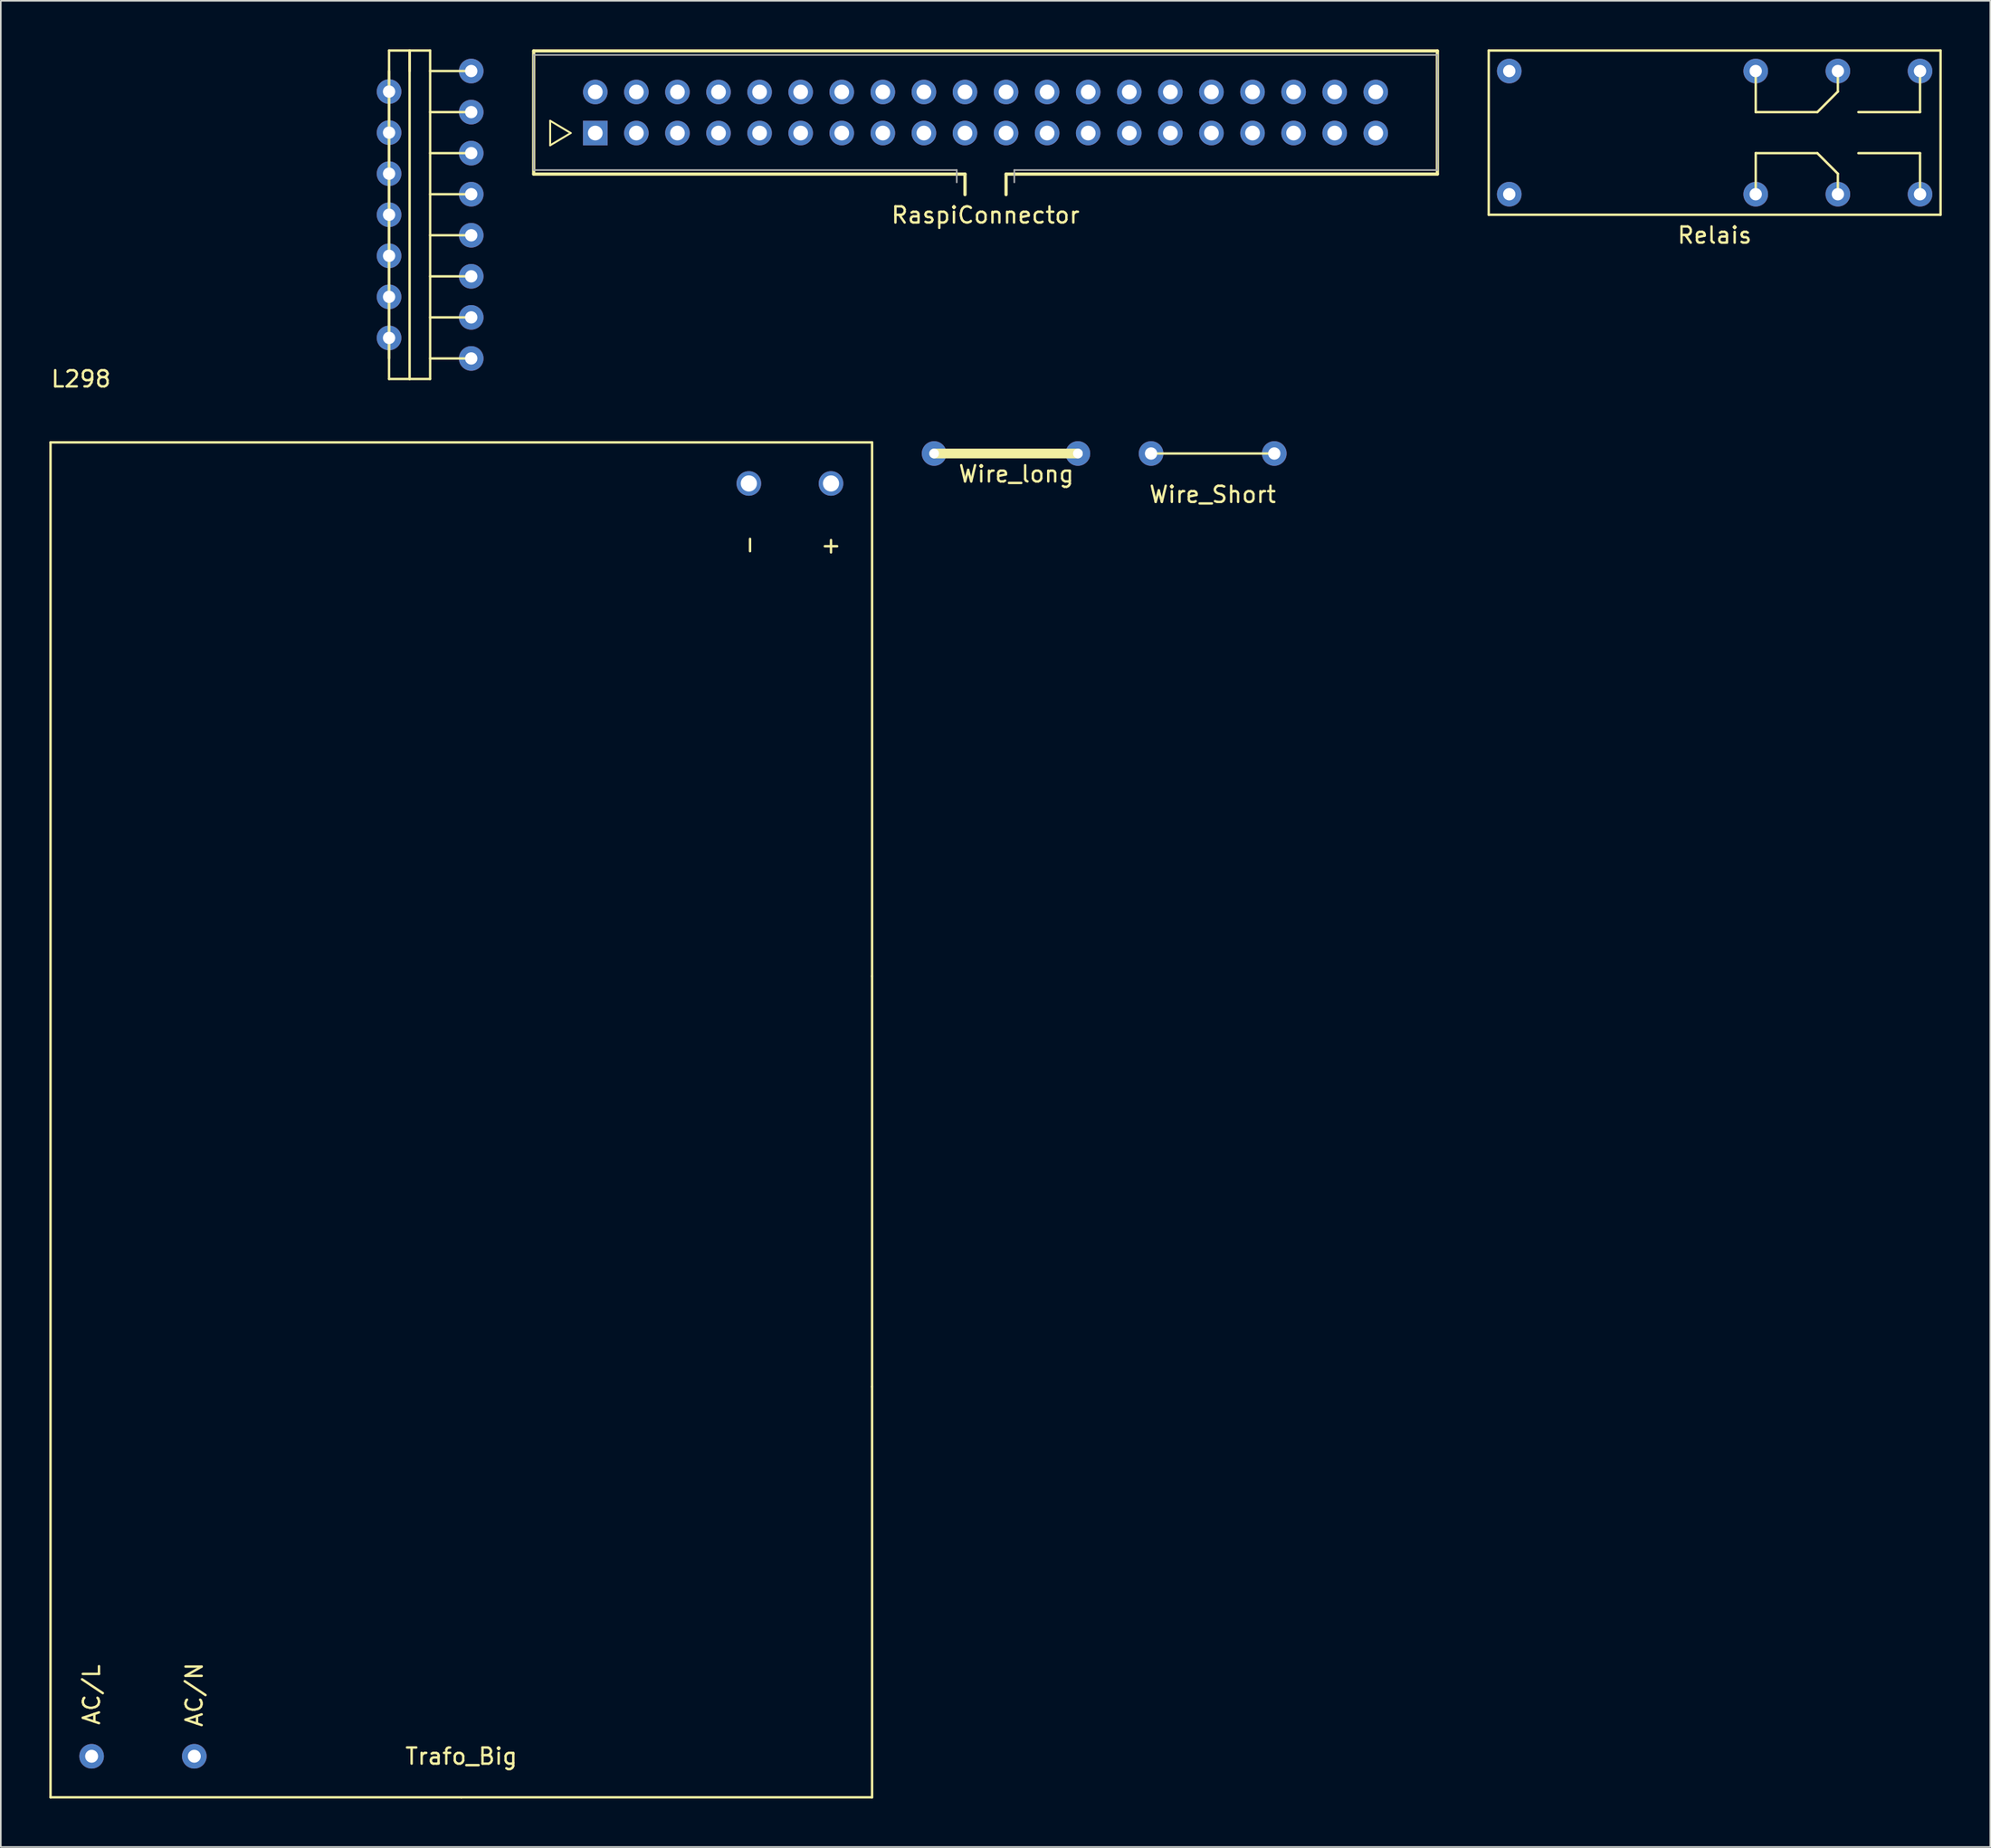
<source format=kicad_pcb>
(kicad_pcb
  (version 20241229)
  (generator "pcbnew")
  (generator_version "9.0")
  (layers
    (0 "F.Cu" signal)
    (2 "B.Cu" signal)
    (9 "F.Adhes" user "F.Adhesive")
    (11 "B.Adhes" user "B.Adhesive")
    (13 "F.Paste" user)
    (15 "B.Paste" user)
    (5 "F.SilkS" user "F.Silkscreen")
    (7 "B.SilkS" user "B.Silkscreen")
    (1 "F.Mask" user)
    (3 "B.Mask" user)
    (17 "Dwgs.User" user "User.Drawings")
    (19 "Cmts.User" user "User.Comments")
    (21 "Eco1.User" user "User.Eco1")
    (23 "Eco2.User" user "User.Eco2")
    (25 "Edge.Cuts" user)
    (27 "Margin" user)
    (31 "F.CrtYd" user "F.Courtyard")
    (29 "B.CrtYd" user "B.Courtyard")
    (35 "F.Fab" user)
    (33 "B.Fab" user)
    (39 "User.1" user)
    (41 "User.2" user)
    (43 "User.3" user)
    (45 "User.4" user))
  (footprint "Relais"
    (layer "F.Cu")
    (at 102.975 5.155)
    (property "Reference" "Relais" (at 0 6.35 0) (layer "F.SilkS") (effects (font (size 1 1) (thickness 0.15))))
    (attr through_hole)
    (fp_line (start -13.97 -5.08) (end -13.97 5.08) (stroke (width 0.15) (type solid)) (layer "F.SilkS"))
    (fp_line (start -13.97 5.08) (end 13.97 5.08) (stroke (width 0.15) (type solid)) (layer "F.SilkS"))
    (fp_line (start 2.54 -3.81) (end 2.54 -1.27) (stroke (width 0.15) (type solid)) (layer "F.SilkS"))
    (fp_line (start 2.54 -1.27) (end 6.35 -1.27) (stroke (width 0.15) (type solid)) (layer "F.SilkS"))
    (fp_line (start 2.54 1.27) (end 6.35 1.27) (stroke (width 0.15) (type solid)) (layer "F.SilkS"))
    (fp_line (start 2.54 3.81) (end 2.54 1.27) (stroke (width 0.15) (type solid)) (layer "F.SilkS"))
    (fp_line (start 7.62 -3.81) (end 7.62 -2.54) (stroke (width 0.15) (type solid)) (layer "F.SilkS"))
    (fp_line (start 7.62 -2.54) (end 6.35 -1.27) (stroke (width 0.15) (type solid)) (layer "F.SilkS"))
    (fp_line (start 7.62 2.54) (end 6.35 1.27) (stroke (width 0.15) (type solid)) (layer "F.SilkS"))
    (fp_line (start 7.62 3.81) (end 7.62 2.54) (stroke (width 0.15) (type solid)) (layer "F.SilkS"))
    (fp_line (start 12.7 -3.81) (end 12.7 -1.27) (stroke (width 0.15) (type solid)) (layer "F.SilkS"))
    (fp_line (start 12.7 -1.27) (end 8.89 -1.27) (stroke (width 0.15) (type solid)) (layer "F.SilkS"))
    (fp_line (start 12.7 1.27) (end 8.89 1.27) (stroke (width 0.15) (type solid)) (layer "F.SilkS"))
    (fp_line (start 12.7 1.27) (end 12.7 3.81) (stroke (width 0.15) (type solid)) (layer "F.SilkS"))
    (fp_line (start 13.97 -5.08) (end -13.97 -5.08) (stroke (width 0.15) (type solid)) (layer "F.SilkS"))
    (fp_line (start 13.97 5.08) (end 13.97 -5.08) (stroke (width 0.15) (type solid)) (layer "F.SilkS"))
    (pad "1" thru_hole circle (at -12.7 -3.81) (size 1.524 1.524) (drill 0.762) (layers "*.Cu" "*.Mask"))
    (pad "2" thru_hole circle (at -12.7 3.81) (size 1.524 1.524) (drill 0.762) (layers "*.Cu" "*.Mask"))
    (pad "3" thru_hole circle (at 2.54 3.81) (size 1.524 1.524) (drill 0.762) (layers "*.Cu" "*.Mask"))
    (pad "4" thru_hole circle (at 7.62 3.81) (size 1.524 1.524) (drill 0.762) (layers "*.Cu" "*.Mask"))
    (pad "5" thru_hole circle (at 12.7 3.81) (size 1.524 1.524) (drill 0.762) (layers "*.Cu" "*.Mask"))
    (pad "6" thru_hole circle (at 2.54 -3.81) (size 1.524 1.524) (drill 0.762) (layers "*.Cu" "*.Mask"))
    (pad "7" thru_hole circle (at 7.62 -3.81) (size 1.524 1.524) (drill 0.762) (layers "*.Cu" "*.Mask"))
    (pad "8" thru_hole circle (at 12.7 -3.81) (size 1.524 1.524) (drill 0.762) (layers "*.Cu" "*.Mask")))
  (footprint "L298"
    (layer "F.Cu")
    (at 23.548 11.505)
    (property "Reference" "L298" (at -21.59 8.89 0) (layer "F.SilkS") (effects (font (size 1 1) (thickness 0.15))))
    (attr through_hole)
    (fp_line (start -2.54 -11.43) (end -1.27 -11.43) (stroke (width 0.15) (type solid)) (layer "F.SilkS"))
    (fp_line (start -2.54 -10.16) (end -2.54 7.62) (stroke (width 0.15) (type solid)) (layer "F.SilkS"))
    (fp_line (start -2.54 8.89) (end -2.54 -11.43) (stroke (width 0.15) (type solid)) (layer "F.SilkS"))
    (fp_line (start -1.27 -11.43) (end -1.27 8.89) (stroke (width 0.15) (type solid)) (layer "F.SilkS"))
    (fp_line (start -1.27 -11.43) (end 0 -11.43) (stroke (width 0.15) (type solid)) (layer "F.SilkS"))
    (fp_line (start -1.27 -10.16) (end -1.27 -11.43) (stroke (width 0.15) (type solid)) (layer "F.SilkS"))
    (fp_line (start -1.27 8.89) (end -2.54 8.89) (stroke (width 0.15) (type solid)) (layer "F.SilkS"))
    (fp_line (start 0 -11.43) (end 0 8.89) (stroke (width 0.15) (type solid)) (layer "F.SilkS"))
    (fp_line (start 0 -10.16) (end 2.54 -10.16) (stroke (width 0.15) (type solid)) (layer "F.SilkS"))
    (fp_line (start 0 -7.62) (end 2.54 -7.62) (stroke (width 0.15) (type solid)) (layer "F.SilkS"))
    (fp_line (start 0 -5.08) (end 2.54 -5.08) (stroke (width 0.15) (type solid)) (layer "F.SilkS"))
    (fp_line (start 0 -2.54) (end 2.54 -2.54) (stroke (width 0.15) (type solid)) (layer "F.SilkS"))
    (fp_line (start 0 0) (end 2.54 0) (stroke (width 0.15) (type solid)) (layer "F.SilkS"))
    (fp_line (start 0 2.54) (end 2.54 2.54) (stroke (width 0.15) (type solid)) (layer "F.SilkS"))
    (fp_line (start 0 5.08) (end 2.54 5.08) (stroke (width 0.15) (type solid)) (layer "F.SilkS"))
    (fp_line (start 0 7.62) (end 2.54 7.62) (stroke (width 0.15) (type solid)) (layer "F.SilkS"))
    (fp_line (start 0 8.89) (end -1.27 8.89) (stroke (width 0.15) (type solid)) (layer "F.SilkS"))
    (pad "1" thru_hole circle (at 2.54 7.62) (size 1.524 1.524) (drill 0.762) (layers "*.Cu" "*.Mask"))
    (pad "2" thru_hole circle (at -2.54 6.35) (size 1.524 1.524) (drill 0.762) (layers "*.Cu" "*.Mask"))
    (pad "3" thru_hole circle (at 2.54 5.08) (size 1.524 1.524) (drill 0.762) (layers "*.Cu" "*.Mask"))
    (pad "4" thru_hole circle (at -2.54 3.81) (size 1.524 1.524) (drill 0.762) (layers "*.Cu" "*.Mask"))
    (pad "5" thru_hole circle (at 2.54 2.54) (size 1.524 1.524) (drill 0.762) (layers "*.Cu" "*.Mask"))
    (pad "6" thru_hole circle (at -2.54 1.27) (size 1.524 1.524) (drill 0.762) (layers "*.Cu" "*.Mask"))
    (pad "7" thru_hole circle (at 2.54 0) (size 1.524 1.524) (drill 0.762) (layers "*.Cu" "*.Mask"))
    (pad "8" thru_hole circle (at -2.54 -1.27) (size 1.524 1.524) (drill 0.762) (layers "*.Cu" "*.Mask"))
    (pad "9" thru_hole circle (at 2.54 -2.54) (size 1.524 1.524) (drill 0.762) (layers "*.Cu" "*.Mask"))
    (pad "10" thru_hole circle (at -2.54 -3.81) (size 1.524 1.524) (drill 0.762) (layers "*.Cu" "*.Mask"))
    (pad "11" thru_hole circle (at 2.54 -5.08) (size 1.524 1.524) (drill 0.762) (layers "*.Cu" "*.Mask"))
    (pad "12" thru_hole circle (at -2.54 -6.35) (size 1.524 1.524) (drill 0.762) (layers "*.Cu" "*.Mask"))
    (pad "13" thru_hole circle (at 2.54 -7.62) (size 1.524 1.524) (drill 0.762) (layers "*.Cu" "*.Mask"))
    (pad "14" thru_hole circle (at -2.54 -8.89) (size 1.524 1.524) (drill 0.762) (layers "*.Cu" "*.Mask"))
    (pad "15" thru_hole circle (at 2.54 -10.16) (size 1.524 1.524) (drill 0.762) (layers "*.Cu" "*.Mask")))
  (footprint "RaspiConnector"
    (layer "F.Cu")
    (at 57.89 3.91)
    (property "Reference" "RaspiConnector" (at 0 6.35 0) (layer "F.SilkS") (effects (font (size 1 1) (thickness 0.15))))
    (attr smd)
    (fp_line (start -27.94 -3.81) (end 27.94 -3.81) (stroke (width 0.2) (type solid)) (layer "F.SilkS"))
    (fp_line (start -27.94 3.81) (end -27.94 -3.81) (stroke (width 0.2) (type solid)) (layer "F.SilkS"))
    (fp_line (start -26.92 0.51) (end -26.92 2.03) (stroke (width 0.12) (type solid)) (layer "F.SilkS"))
    (fp_line (start -26.92 2.03) (end -25.65 1.27) (stroke (width 0.12) (type solid)) (layer "F.SilkS"))
    (fp_line (start -25.65 1.27) (end -26.92 0.51) (stroke (width 0.12) (type solid)) (layer "F.SilkS"))
    (fp_line (start -1.27 3.81) (end -27.94 3.81) (stroke (width 0.2) (type solid)) (layer "F.SilkS"))
    (fp_line (start -1.27 5.08) (end -1.27 3.81) (stroke (width 0.2) (type solid)) (layer "F.SilkS"))
    (fp_line (start 1.27 3.81) (end 1.27 5.08) (stroke (width 0.2) (type solid)) (layer "F.SilkS"))
    (fp_line (start 27.94 -3.81) (end 27.94 3.81) (stroke (width 0.2) (type solid)) (layer "F.SilkS"))
    (fp_line (start 27.94 3.81) (end 1.27 3.81) (stroke (width 0.2) (type solid)) (layer "F.SilkS"))
    (fp_line (start -27.94 -3.56) (end 27.94 -3.56) (stroke (width 0.1) (type solid)) (layer "F.Fab"))
    (fp_line (start -27.94 3.56) (end -27.94 -3.56) (stroke (width 0.1) (type solid)) (layer "F.Fab"))
    (fp_line (start -1.78 3.56) (end -27.94 3.56) (stroke (width 0.1) (type solid)) (layer "F.Fab"))
    (fp_line (start -1.78 4.32) (end -1.78 3.56) (stroke (width 0.1) (type solid)) (layer "F.Fab"))
    (fp_line (start 1.78 3.56) (end 1.78 4.32) (stroke (width 0.1) (type solid)) (layer "F.Fab"))
    (fp_line (start 27.94 -3.56) (end 27.94 3.56) (stroke (width 0.1) (type solid)) (layer "F.Fab"))
    (fp_line (start 27.94 3.56) (end 1.78 3.56) (stroke (width 0.1) (type solid)) (layer "F.Fab"))
    (pad "1" thru_hole rect (at -24.13 1.27) (size 1.52 1.52) (drill 0.91) (layers "*.Cu" "*.Mask"))
    (pad "2" thru_hole circle (at -24.13 -1.27) (size 1.52 1.52) (drill 0.91) (layers "*.Cu" "*.Mask"))
    (pad "3" thru_hole circle (at -21.59 1.27) (size 1.52 1.52) (drill 0.91) (layers "*.Cu" "*.Mask"))
    (pad "4" thru_hole circle (at -21.59 -1.27) (size 1.52 1.52) (drill 0.91) (layers "*.Cu" "*.Mask"))
    (pad "5" thru_hole circle (at -19.05 1.27) (size 1.52 1.52) (drill 0.91) (layers "*.Cu" "*.Mask"))
    (pad "6" thru_hole circle (at -19.05 -1.27) (size 1.52 1.52) (drill 0.91) (layers "*.Cu" "*.Mask"))
    (pad "7" thru_hole circle (at -16.51 1.27) (size 1.52 1.52) (drill 0.91) (layers "*.Cu" "*.Mask"))
    (pad "8" thru_hole circle (at -16.51 -1.27) (size 1.52 1.52) (drill 0.91) (layers "*.Cu" "*.Mask"))
    (pad "9" thru_hole circle (at -13.97 1.27) (size 1.52 1.52) (drill 0.91) (layers "*.Cu" "*.Mask"))
    (pad "10" thru_hole circle (at -13.97 -1.27) (size 1.52 1.52) (drill 0.91) (layers "*.Cu" "*.Mask"))
    (pad "11" thru_hole circle (at -11.43 1.27) (size 1.52 1.52) (drill 0.91) (layers "*.Cu" "*.Mask"))
    (pad "12" thru_hole circle (at -11.43 -1.27) (size 1.52 1.52) (drill 0.91) (layers "*.Cu" "*.Mask"))
    (pad "13" thru_hole circle (at -8.89 1.27) (size 1.52 1.52) (drill 0.91) (layers "*.Cu" "*.Mask"))
    (pad "14" thru_hole circle (at -8.89 -1.27) (size 1.52 1.52) (drill 0.91) (layers "*.Cu" "*.Mask"))
    (pad "15" thru_hole circle (at -6.35 1.27) (size 1.52 1.52) (drill 0.91) (layers "*.Cu" "*.Mask"))
    (pad "16" thru_hole circle (at -6.35 -1.27) (size 1.52 1.52) (drill 0.91) (layers "*.Cu" "*.Mask"))
    (pad "17" thru_hole circle (at -3.81 1.27) (size 1.52 1.52) (drill 0.91) (layers "*.Cu" "*.Mask"))
    (pad "18" thru_hole circle (at -3.81 -1.27) (size 1.52 1.52) (drill 0.91) (layers "*.Cu" "*.Mask"))
    (pad "19" thru_hole circle (at -1.27 1.27) (size 1.52 1.52) (drill 0.91) (layers "*.Cu" "*.Mask"))
    (pad "20" thru_hole circle (at -1.27 -1.27) (size 1.52 1.52) (drill 0.91) (layers "*.Cu" "*.Mask"))
    (pad "21" thru_hole circle (at 1.27 1.27) (size 1.52 1.52) (drill 0.91) (layers "*.Cu" "*.Mask"))
    (pad "22" thru_hole circle (at 1.27 -1.27) (size 1.52 1.52) (drill 0.91) (layers "*.Cu" "*.Mask"))
    (pad "23" thru_hole circle (at 3.81 1.27) (size 1.52 1.52) (drill 0.91) (layers "*.Cu" "*.Mask"))
    (pad "24" thru_hole circle (at 3.81 -1.27) (size 1.52 1.52) (drill 0.91) (layers "*.Cu" "*.Mask"))
    (pad "25" thru_hole circle (at 6.35 1.27) (size 1.52 1.52) (drill 0.91) (layers "*.Cu" "*.Mask"))
    (pad "26" thru_hole circle (at 6.35 -1.27) (size 1.52 1.52) (drill 0.91) (layers "*.Cu" "*.Mask"))
    (pad "27" thru_hole circle (at 8.89 1.27) (size 1.52 1.52) (drill 0.91) (layers "*.Cu" "*.Mask"))
    (pad "28" thru_hole circle (at 8.89 -1.27) (size 1.52 1.52) (drill 0.91) (layers "*.Cu" "*.Mask"))
    (pad "29" thru_hole circle (at 11.43 1.27) (size 1.52 1.52) (drill 0.91) (layers "*.Cu" "*.Mask"))
    (pad "30" thru_hole circle (at 11.43 -1.27) (size 1.52 1.52) (drill 0.91) (layers "*.Cu" "*.Mask"))
    (pad "31" thru_hole circle (at 13.97 1.27) (size 1.52 1.52) (drill 0.91) (layers "*.Cu" "*.Mask"))
    (pad "32" thru_hole circle (at 13.97 -1.27) (size 1.52 1.52) (drill 0.91) (layers "*.Cu" "*.Mask"))
    (pad "33" thru_hole circle (at 16.51 1.27) (size 1.52 1.52) (drill 0.91) (layers "*.Cu" "*.Mask"))
    (pad "34" thru_hole circle (at 16.51 -1.27) (size 1.52 1.52) (drill 0.91) (layers "*.Cu" "*.Mask"))
    (pad "35" thru_hole circle (at 19.05 1.27) (size 1.52 1.52) (drill 0.91) (layers "*.Cu" "*.Mask"))
    (pad "36" thru_hole circle (at 19.05 -1.27) (size 1.52 1.52) (drill 0.91) (layers "*.Cu" "*.Mask"))
    (pad "37" thru_hole circle (at 21.59 1.27) (size 1.52 1.52) (drill 0.91) (layers "*.Cu" "*.Mask"))
    (pad "38" thru_hole circle (at 21.59 -1.27) (size 1.52 1.52) (drill 0.91) (layers "*.Cu" "*.Mask"))
    (pad "39" thru_hole circle (at 24.13 1.27) (size 1.52 1.52) (drill 0.91) (layers "*.Cu" "*.Mask"))
    (pad "40" thru_hole circle (at 24.13 -1.27) (size 1.52 1.52) (drill 0.91) (layers "*.Cu" "*.Mask")))
  (footprint "Wire_Short"
    (layer "F.Cu")
    (at 71.936 25.005)
    (property "Reference" "Wire_Short" (at 0 2.54 0) (layer "F.SilkS") (effects (font (size 1 1) (thickness 0.15))))
    (attr through_hole)
    (fp_line (start -3.81 0) (end 3.81 0) (stroke (width 0.15) (type solid)) (layer "F.SilkS"))
    (pad "1" thru_hole circle (at -3.81 0) (size 1.524 1.524) (drill 0.762) (layers "*.Cu" "*.Mask"))
    (pad "2" thru_hole circle (at 3.81 0) (size 1.524 1.524) (drill 0.762) (layers "*.Cu" "*.Mask")))
  (footprint "Wire_long"
    (layer "F.Cu")
    (at 59.792 25.005)
    (property "Reference" "Wire_long" (at 0 1.27 0) (layer "F.SilkS") (effects (font (size 1 1) (thickness 0.15))))
    (attr through_hole)
    (fp_line (start -5.08 0) (end 3.81 0) (stroke (width 0.6) (type solid)) (layer "F.SilkS"))
    (pad "1" thru_hole circle (at -5.08 0) (size 1.524 1.524) (drill 0.6) (layers "*.Cu" "*.Mask"))
    (pad "2" thru_hole circle (at 3.81 0) (size 1.524 1.524) (drill 0.6) (layers "*.Cu" "*.Mask")))
  (footprint "Trafo_Big"
    (layer "F.Cu")
    (at 26.745 68.768)
    (property "Reference" "Trafo_Big" (at -1.27 36.83 0) (layer "F.SilkS") (effects (font (size 1 1) (thickness 0.15))))
    (attr through_hole)
    (fp_line (start -26.67 -44.45) (end 24.13 -44.45) (stroke (width 0.15) (type solid)) (layer "F.SilkS"))
    (fp_line (start -26.67 39.37) (end -26.67 -44.45) (stroke (width 0.15) (type solid)) (layer "F.SilkS"))
    (fp_line (start -1.27 39.37) (end -26.67 39.37) (stroke (width 0.15) (type solid)) (layer "F.SilkS"))
    (fp_line (start -1.27 39.37) (end 24.13 39.37) (stroke (width 0.15) (type solid)) (layer "F.SilkS"))
    (fp_line (start 24.13 -11.43) (end 24.13 -44.45) (stroke (width 0.15) (type solid)) (layer "F.SilkS"))
    (fp_line (start 24.13 13.97) (end 24.13 -11.43) (stroke (width 0.15) (type solid)) (layer "F.SilkS"))
    (fp_line (start 24.13 39.37) (end 24.13 13.97) (stroke (width 0.15) (type solid)) (layer "F.SilkS"))
    (fp_text user "-" (at 16.51 -38.1 90) (layer "F.SilkS") (effects (font (size 1 1) (thickness 0.15))))
    (fp_text user "AC/N" (at -17.78 33.02 90) (layer "F.SilkS") (effects (font (size 1 1) (thickness 0.15))))
    (fp_text user "+" (at 21.59 -38.1 0) (layer "F.SilkS") (effects (font (size 1 1) (thickness 0.15))))
    (fp_text user "AC/L" (at -24.13 33.02 90) (layer "F.SilkS") (effects (font (size 1 1) (thickness 0.15))))
    (pad "1" thru_hole circle (at -24.13 36.83) (size 1.524 1.524) (drill 0.8) (layers "*.Cu" "*.Mask"))
    (pad "2" thru_hole circle (at -17.78 36.83) (size 1.524 1.524) (drill 0.8) (layers "*.Cu" "*.Mask"))
    (pad "4" thru_hole circle (at 16.51 -41.91) (size 1.524 1.524) (drill 1) (layers "*.Cu" "*.Mask"))
    (pad "4" thru_hole circle (at 21.59 -41.91) (size 1.524 1.524) (drill 1) (layers "*.Cu" "*.Mask")))
  (gr_rect
    (start -3 -3)
    (end 120.02 111.213)
    (stroke (width 0.1) (type default))
    (fill no)
    (layer "Edge.Cuts")))
</source>
